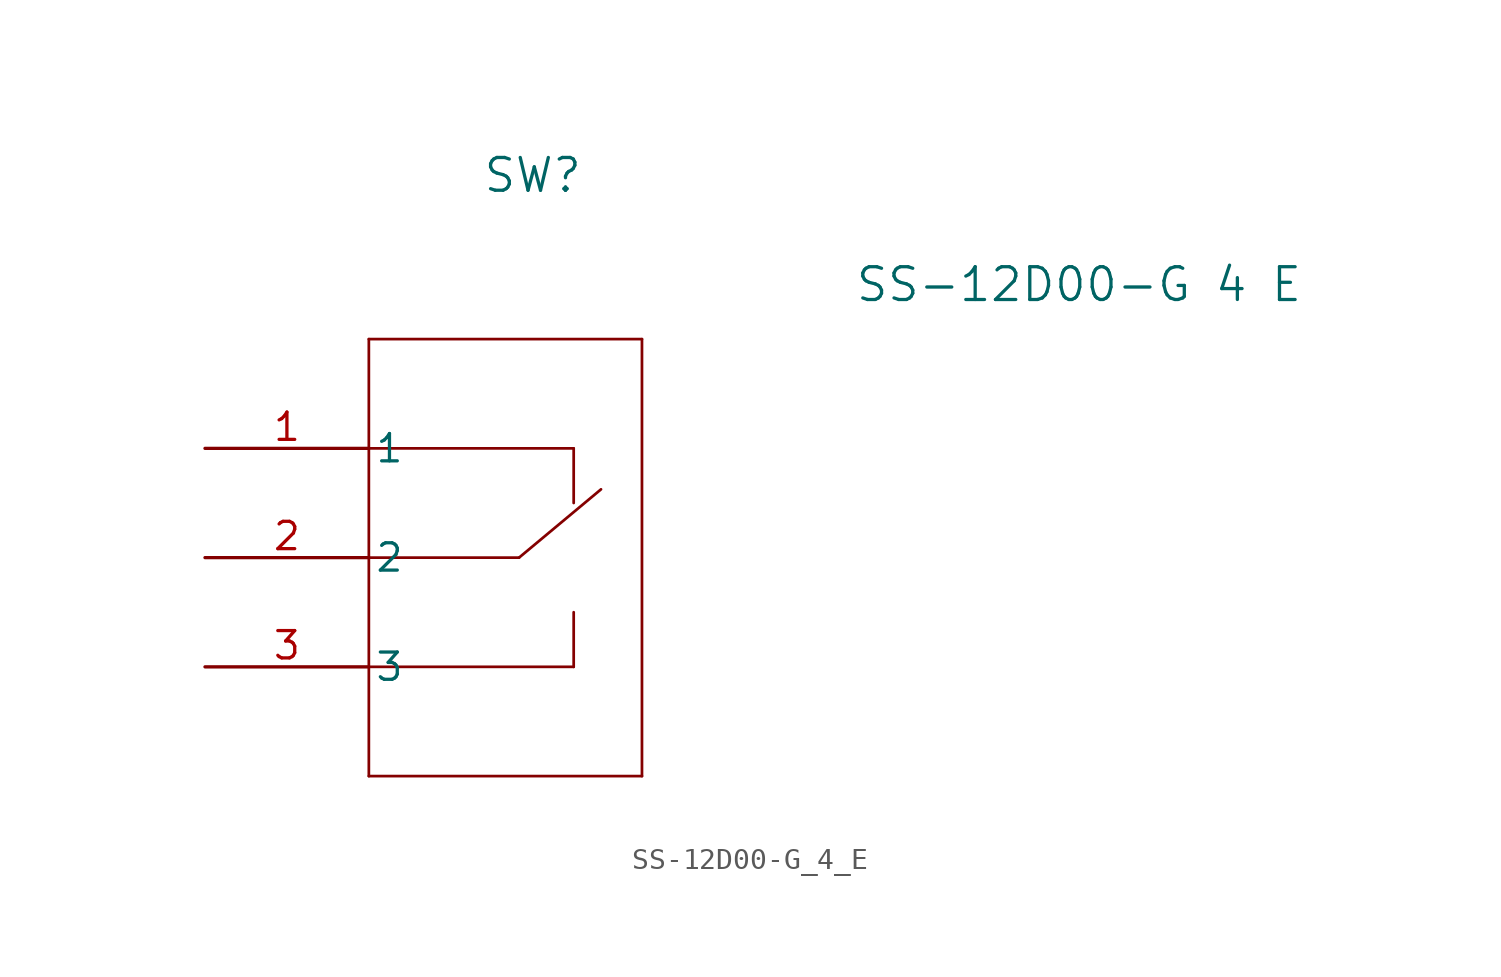
<source format=kicad_sym>
(kicad_symbol_lib
  (version 20211014)
  (generator kicad_symbol_editor)
  (symbol "SS-12D00-G_4_E"
    (pin_names
      (offset 0.254))
    (property "Reference" "SW"
      (at 15.24 12.7 0)
      (effects (font (size 1.524 1.524))))
    (property "Value" "SS-12D00-G 4 E"
      (at 40.64 7.62 0)
      (effects (font (size 1.524 1.524))))
    (symbol "SS-12D00-G_4_E_0_1"
      (polyline (pts (xy 7.62 5.08) (xy 7.62 -15.24)) (stroke (width 0.127) (type default) (color 0 0 0 0)) (fill (type none)))
      (polyline (pts (xy 7.62 -15.24) (xy 20.32 -15.24)) (stroke (width 0.127) (type default) (color 0 0 0 0)) (fill (type none)))
      (polyline (pts (xy 20.32 -15.24) (xy 20.32 5.08)) (stroke (width 0.127) (type default) (color 0 0 0 0)) (fill (type none)))
      (polyline (pts (xy 20.32 5.08) (xy 7.62 5.08)) (stroke (width 0.127) (type default) (color 0 0 0 0)) (fill (type none)))
      (polyline (pts (xy 7.62 0) (xy 17.145 0)) (stroke (width 0.127) (type default) (color 0 0 0 0)) (fill (type none)))
      (polyline (pts (xy 7.62 -10.16) (xy 17.145 -10.16)) (stroke (width 0.127) (type default) (color 0 0 0 0)) (fill (type none)))
      (polyline (pts (xy 17.145 -7.62) (xy 17.145 -10.16)) (stroke (width 0.127) (type default) (color 0 0 0 0)) (fill (type none)))
      (polyline (pts (xy 17.145 -2.54) (xy 17.145 0)) (stroke (width 0.127) (type default) (color 0 0 0 0)) (fill (type none)))
      (polyline (pts (xy 7.62 -5.08) (xy 14.605 -5.08)) (stroke (width 0.127) (type default) (color 0 0 0 0)) (fill (type none)))
      (polyline (pts (xy 14.605 -5.08) (xy 18.415 -1.905)) (stroke (width 0.127) (type default) (color 0 0 0 0)) (fill (type none)))
      (pin unspecified line (at 0 0 0) (length 7.62) (name "1" (effects (font (size 1.27 1.27)))) (number "1" (effects (font (size 1.27 1.27)))))
      (pin unspecified line (at 0 -5.08 0) (length 7.62) (name "2" (effects (font (size 1.27 1.27)))) (number "2" (effects (font (size 1.27 1.27)))))
      (pin unspecified line (at 0 -10.16 0) (length 7.62) (name "3" (effects (font (size 1.27 1.27)))) (number "3" (effects (font (size 1.27 1.27))))))))
</source>
